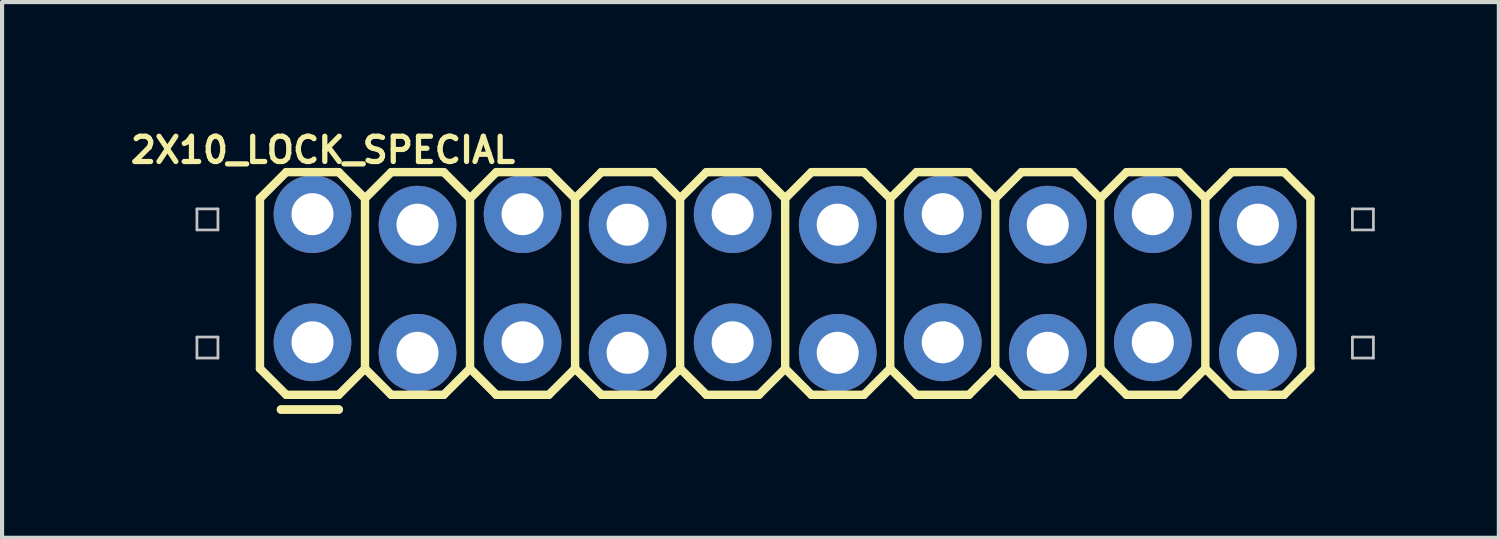
<source format=kicad_pcb>
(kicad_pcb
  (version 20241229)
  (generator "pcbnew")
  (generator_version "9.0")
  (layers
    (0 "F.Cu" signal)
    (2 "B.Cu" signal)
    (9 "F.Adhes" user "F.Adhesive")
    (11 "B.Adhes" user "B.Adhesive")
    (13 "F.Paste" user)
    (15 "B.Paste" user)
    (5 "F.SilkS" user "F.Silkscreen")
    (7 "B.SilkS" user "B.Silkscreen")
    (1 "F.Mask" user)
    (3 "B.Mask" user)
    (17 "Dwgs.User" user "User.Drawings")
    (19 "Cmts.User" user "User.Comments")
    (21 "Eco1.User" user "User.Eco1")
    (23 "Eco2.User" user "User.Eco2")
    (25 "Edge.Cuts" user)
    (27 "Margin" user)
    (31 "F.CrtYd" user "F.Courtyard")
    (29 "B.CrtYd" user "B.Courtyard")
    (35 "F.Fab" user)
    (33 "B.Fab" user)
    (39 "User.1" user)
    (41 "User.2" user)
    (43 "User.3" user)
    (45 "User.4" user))
  (footprint "2X10_LOCK_SPECIAL"
    (layer "F.Cu")
    (at 4.506 5.075)
    (property "Reference" "2X10_LOCK_SPECIAL" (at 0.254 -4.496 0) (layer "F.SilkS") (effects (font (size 0.61 0.61) (thickness 0.127))))
    (attr exclude_from_pos_files exclude_from_bom)
    (fp_line (start -1.27 -3.327) (end -0.635 -3.962) (stroke (width 0.203) (type solid)) (layer "F.SilkS"))
    (fp_line (start -1.27 0.787) (end -1.27 -3.327) (stroke (width 0.203) (type solid)) (layer "F.SilkS"))
    (fp_line (start -1.27 0.787) (end -0.635 1.422) (stroke (width 0.203) (type solid)) (layer "F.SilkS"))
    (fp_line (start -0.762 1.778) (end 0.635 1.778) (stroke (width 0.203) (type solid)) (layer "F.SilkS"))
    (fp_line (start -0.635 -3.962) (end 0.635 -3.962) (stroke (width 0.203) (type solid)) (layer "F.SilkS"))
    (fp_line (start -0.635 1.422) (end 0.635 1.422) (stroke (width 0.203) (type solid)) (layer "F.SilkS"))
    (fp_line (start 0.635 -3.962) (end 1.27 -3.327) (stroke (width 0.203) (type solid)) (layer "F.SilkS"))
    (fp_line (start 0.635 1.422) (end 1.27 0.787) (stroke (width 0.203) (type solid)) (layer "F.SilkS"))
    (fp_line (start 0.635 1.778) (end -0.762 1.778) (stroke (width 0.203) (type solid)) (layer "F.SilkS"))
    (fp_line (start 1.27 -3.327) (end 1.27 0.787) (stroke (width 0.203) (type solid)) (layer "F.SilkS"))
    (fp_line (start 1.27 -3.327) (end 1.905 -3.962) (stroke (width 0.203) (type solid)) (layer "F.SilkS"))
    (fp_line (start 1.27 0.787) (end 1.905 1.422) (stroke (width 0.203) (type solid)) (layer "F.SilkS"))
    (fp_line (start 1.905 -3.962) (end 3.175 -3.962) (stroke (width 0.203) (type solid)) (layer "F.SilkS"))
    (fp_line (start 1.905 1.422) (end 3.175 1.422) (stroke (width 0.203) (type solid)) (layer "F.SilkS"))
    (fp_line (start 3.175 -3.962) (end 3.81 -3.327) (stroke (width 0.203) (type solid)) (layer "F.SilkS"))
    (fp_line (start 3.175 1.422) (end 3.81 0.787) (stroke (width 0.203) (type solid)) (layer "F.SilkS"))
    (fp_line (start 3.81 -3.327) (end 3.81 0.787) (stroke (width 0.203) (type solid)) (layer "F.SilkS"))
    (fp_line (start 3.81 -3.327) (end 4.445 -3.962) (stroke (width 0.203) (type solid)) (layer "F.SilkS"))
    (fp_line (start 3.81 0.787) (end 4.445 1.422) (stroke (width 0.203) (type solid)) (layer "F.SilkS"))
    (fp_line (start 4.445 -3.962) (end 5.715 -3.962) (stroke (width 0.203) (type solid)) (layer "F.SilkS"))
    (fp_line (start 4.445 1.422) (end 5.715 1.422) (stroke (width 0.203) (type solid)) (layer "F.SilkS"))
    (fp_line (start 5.715 -3.962) (end 6.35 -3.327) (stroke (width 0.203) (type solid)) (layer "F.SilkS"))
    (fp_line (start 5.715 1.422) (end 6.35 0.787) (stroke (width 0.203) (type solid)) (layer "F.SilkS"))
    (fp_line (start 6.35 -3.327) (end 6.35 0.787) (stroke (width 0.203) (type solid)) (layer "F.SilkS"))
    (fp_line (start 6.35 -3.327) (end 6.985 -3.962) (stroke (width 0.203) (type solid)) (layer "F.SilkS"))
    (fp_line (start 6.35 0.787) (end 6.985 1.422) (stroke (width 0.203) (type solid)) (layer "F.SilkS"))
    (fp_line (start 6.985 -3.962) (end 8.255 -3.962) (stroke (width 0.203) (type solid)) (layer "F.SilkS"))
    (fp_line (start 6.985 1.422) (end 8.255 1.422) (stroke (width 0.203) (type solid)) (layer "F.SilkS"))
    (fp_line (start 8.255 -3.962) (end 8.89 -3.327) (stroke (width 0.203) (type solid)) (layer "F.SilkS"))
    (fp_line (start 8.255 1.422) (end 8.89 0.787) (stroke (width 0.203) (type solid)) (layer "F.SilkS"))
    (fp_line (start 8.89 -3.327) (end 8.89 0.787) (stroke (width 0.203) (type solid)) (layer "F.SilkS"))
    (fp_line (start 8.89 -3.327) (end 9.525 -3.962) (stroke (width 0.203) (type solid)) (layer "F.SilkS"))
    (fp_line (start 8.89 0.787) (end 9.525 1.422) (stroke (width 0.203) (type solid)) (layer "F.SilkS"))
    (fp_line (start 9.525 -3.962) (end 10.795 -3.962) (stroke (width 0.203) (type solid)) (layer "F.SilkS"))
    (fp_line (start 9.525 1.422) (end 10.795 1.422) (stroke (width 0.203) (type solid)) (layer "F.SilkS"))
    (fp_line (start 10.795 -3.962) (end 11.43 -3.327) (stroke (width 0.203) (type solid)) (layer "F.SilkS"))
    (fp_line (start 10.795 1.422) (end 11.43 0.787) (stroke (width 0.203) (type solid)) (layer "F.SilkS"))
    (fp_line (start 11.43 -3.327) (end 11.43 0.787) (stroke (width 0.203) (type solid)) (layer "F.SilkS"))
    (fp_line (start 11.43 -3.327) (end 12.065 -3.962) (stroke (width 0.203) (type solid)) (layer "F.SilkS"))
    (fp_line (start 11.43 0.787) (end 12.065 1.422) (stroke (width 0.203) (type solid)) (layer "F.SilkS"))
    (fp_line (start 12.065 -3.962) (end 13.335 -3.962) (stroke (width 0.203) (type solid)) (layer "F.SilkS"))
    (fp_line (start 12.065 1.422) (end 13.335 1.422) (stroke (width 0.203) (type solid)) (layer "F.SilkS"))
    (fp_line (start 13.335 -3.962) (end 13.97 -3.327) (stroke (width 0.203) (type solid)) (layer "F.SilkS"))
    (fp_line (start 13.335 1.422) (end 13.97 0.787) (stroke (width 0.203) (type solid)) (layer "F.SilkS"))
    (fp_line (start 13.97 -3.327) (end 13.97 0.787) (stroke (width 0.203) (type solid)) (layer "F.SilkS"))
    (fp_line (start 13.97 -3.327) (end 14.605 -3.962) (stroke (width 0.203) (type solid)) (layer "F.SilkS"))
    (fp_line (start 13.97 0.787) (end 14.605 1.422) (stroke (width 0.203) (type solid)) (layer "F.SilkS"))
    (fp_line (start 14.605 -3.962) (end 15.875 -3.962) (stroke (width 0.203) (type solid)) (layer "F.SilkS"))
    (fp_line (start 14.605 1.422) (end 15.875 1.422) (stroke (width 0.203) (type solid)) (layer "F.SilkS"))
    (fp_line (start 15.875 -3.962) (end 16.51 -3.327) (stroke (width 0.203) (type solid)) (layer "F.SilkS"))
    (fp_line (start 16.51 -3.327) (end 16.51 0.787) (stroke (width 0.203) (type solid)) (layer "F.SilkS"))
    (fp_line (start 16.51 -3.327) (end 17.145 -3.962) (stroke (width 0.203) (type solid)) (layer "F.SilkS"))
    (fp_line (start 16.51 0.787) (end 15.875 1.422) (stroke (width 0.203) (type solid)) (layer "F.SilkS"))
    (fp_line (start 16.51 0.787) (end 17.145 1.422) (stroke (width 0.203) (type solid)) (layer "F.SilkS"))
    (fp_line (start 17.145 -3.962) (end 18.415 -3.962) (stroke (width 0.203) (type solid)) (layer "F.SilkS"))
    (fp_line (start 17.145 1.422) (end 18.415 1.422) (stroke (width 0.203) (type solid)) (layer "F.SilkS"))
    (fp_line (start 18.415 -3.962) (end 19.05 -3.327) (stroke (width 0.203) (type solid)) (layer "F.SilkS"))
    (fp_line (start 19.05 -3.327) (end 19.05 0.787) (stroke (width 0.203) (type solid)) (layer "F.SilkS"))
    (fp_line (start 19.05 -3.327) (end 19.685 -3.962) (stroke (width 0.203) (type solid)) (layer "F.SilkS"))
    (fp_line (start 19.05 0.787) (end 18.415 1.422) (stroke (width 0.203) (type solid)) (layer "F.SilkS"))
    (fp_line (start 19.05 0.787) (end 19.685 1.422) (stroke (width 0.203) (type solid)) (layer "F.SilkS"))
    (fp_line (start 19.685 -3.962) (end 20.955 -3.962) (stroke (width 0.203) (type solid)) (layer "F.SilkS"))
    (fp_line (start 19.685 1.422) (end 20.955 1.422) (stroke (width 0.203) (type solid)) (layer "F.SilkS"))
    (fp_line (start 20.955 -3.962) (end 21.59 -3.327) (stroke (width 0.203) (type solid)) (layer "F.SilkS"))
    (fp_line (start 21.59 -3.327) (end 21.59 0.787) (stroke (width 0.203) (type solid)) (layer "F.SilkS"))
    (fp_line (start 21.59 -3.327) (end 22.225 -3.962) (stroke (width 0.203) (type solid)) (layer "F.SilkS"))
    (fp_line (start 21.59 0.787) (end 20.955 1.422) (stroke (width 0.203) (type solid)) (layer "F.SilkS"))
    (fp_line (start 21.59 0.787) (end 22.225 1.422) (stroke (width 0.203) (type solid)) (layer "F.SilkS"))
    (fp_line (start 22.225 -3.962) (end 23.495 -3.962) (stroke (width 0.203) (type solid)) (layer "F.SilkS"))
    (fp_line (start 22.225 1.422) (end 23.495 1.422) (stroke (width 0.203) (type solid)) (layer "F.SilkS"))
    (fp_line (start 23.495 -3.962) (end 24.13 -3.327) (stroke (width 0.203) (type solid)) (layer "F.SilkS"))
    (fp_line (start 24.13 -3.327) (end 24.13 0.787) (stroke (width 0.203) (type solid)) (layer "F.SilkS"))
    (fp_line (start 24.13 0.787) (end 23.495 1.422) (stroke (width 0.203) (type solid)) (layer "F.SilkS"))
    (fp_line (start -2.794 -3.073) (end -2.286 -3.073) (stroke (width 0.066) (type solid)) (layer "Dwgs.User"))
    (fp_line (start -2.794 -2.565) (end -2.794 -3.073) (stroke (width 0.066) (type solid)) (layer "Dwgs.User"))
    (fp_line (start -2.794 -2.565) (end -2.286 -2.565) (stroke (width 0.066) (type solid)) (layer "Dwgs.User"))
    (fp_line (start -2.794 0.025) (end -2.286 0.025) (stroke (width 0.066) (type solid)) (layer "Dwgs.User"))
    (fp_line (start -2.794 0.533) (end -2.794 0.025) (stroke (width 0.066) (type solid)) (layer "Dwgs.User"))
    (fp_line (start -2.794 0.533) (end -2.286 0.533) (stroke (width 0.066) (type solid)) (layer "Dwgs.User"))
    (fp_line (start -2.286 -2.565) (end -2.286 -3.073) (stroke (width 0.066) (type solid)) (layer "Dwgs.User"))
    (fp_line (start -2.286 0.533) (end -2.286 0.025) (stroke (width 0.066) (type solid)) (layer "Dwgs.User"))
    (fp_line (start -0.254 -3.073) (end 0.254 -3.073) (stroke (width 0.066) (type solid)) (layer "Dwgs.User"))
    (fp_line (start -0.254 -2.565) (end -0.254 -3.073) (stroke (width 0.066) (type solid)) (layer "Dwgs.User"))
    (fp_line (start -0.254 -2.565) (end 0.254 -2.565) (stroke (width 0.066) (type solid)) (layer "Dwgs.User"))
    (fp_line (start -0.254 0.025) (end 0.254 0.025) (stroke (width 0.066) (type solid)) (layer "Dwgs.User"))
    (fp_line (start -0.254 0.533) (end -0.254 0.025) (stroke (width 0.066) (type solid)) (layer "Dwgs.User"))
    (fp_line (start -0.254 0.533) (end 0.254 0.533) (stroke (width 0.066) (type solid)) (layer "Dwgs.User"))
    (fp_line (start 0.254 -2.565) (end 0.254 -3.073) (stroke (width 0.066) (type solid)) (layer "Dwgs.User"))
    (fp_line (start 0.254 0.533) (end 0.254 0.025) (stroke (width 0.066) (type solid)) (layer "Dwgs.User"))
    (fp_line (start 2.286 -3.073) (end 2.794 -3.073) (stroke (width 0.066) (type solid)) (layer "Dwgs.User"))
    (fp_line (start 2.286 -2.565) (end 2.286 -3.073) (stroke (width 0.066) (type solid)) (layer "Dwgs.User"))
    (fp_line (start 2.286 -2.565) (end 2.794 -2.565) (stroke (width 0.066) (type solid)) (layer "Dwgs.User"))
    (fp_line (start 2.286 0.025) (end 2.794 0.025) (stroke (width 0.066) (type solid)) (layer "Dwgs.User"))
    (fp_line (start 2.286 0.533) (end 2.286 0.025) (stroke (width 0.066) (type solid)) (layer "Dwgs.User"))
    (fp_line (start 2.286 0.533) (end 2.794 0.533) (stroke (width 0.066) (type solid)) (layer "Dwgs.User"))
    (fp_line (start 2.794 -2.565) (end 2.794 -3.073) (stroke (width 0.066) (type solid)) (layer "Dwgs.User"))
    (fp_line (start 2.794 0.533) (end 2.794 0.025) (stroke (width 0.066) (type solid)) (layer "Dwgs.User"))
    (fp_line (start 4.826 -3.073) (end 5.334 -3.073) (stroke (width 0.066) (type solid)) (layer "Dwgs.User"))
    (fp_line (start 4.826 -2.565) (end 4.826 -3.073) (stroke (width 0.066) (type solid)) (layer "Dwgs.User"))
    (fp_line (start 4.826 -2.565) (end 5.334 -2.565) (stroke (width 0.066) (type solid)) (layer "Dwgs.User"))
    (fp_line (start 4.826 0.025) (end 5.334 0.025) (stroke (width 0.066) (type solid)) (layer "Dwgs.User"))
    (fp_line (start 4.826 0.533) (end 4.826 0.025) (stroke (width 0.066) (type solid)) (layer "Dwgs.User"))
    (fp_line (start 4.826 0.533) (end 5.334 0.533) (stroke (width 0.066) (type solid)) (layer "Dwgs.User"))
    (fp_line (start 5.334 -2.565) (end 5.334 -3.073) (stroke (width 0.066) (type solid)) (layer "Dwgs.User"))
    (fp_line (start 5.334 0.533) (end 5.334 0.025) (stroke (width 0.066) (type solid)) (layer "Dwgs.User"))
    (fp_line (start 7.366 -3.073) (end 7.874 -3.073) (stroke (width 0.066) (type solid)) (layer "Dwgs.User"))
    (fp_line (start 7.366 -2.565) (end 7.366 -3.073) (stroke (width 0.066) (type solid)) (layer "Dwgs.User"))
    (fp_line (start 7.366 -2.565) (end 7.874 -2.565) (stroke (width 0.066) (type solid)) (layer "Dwgs.User"))
    (fp_line (start 7.366 0.025) (end 7.874 0.025) (stroke (width 0.066) (type solid)) (layer "Dwgs.User"))
    (fp_line (start 7.366 0.533) (end 7.366 0.025) (stroke (width 0.066) (type solid)) (layer "Dwgs.User"))
    (fp_line (start 7.366 0.533) (end 7.874 0.533) (stroke (width 0.066) (type solid)) (layer "Dwgs.User"))
    (fp_line (start 7.874 -2.565) (end 7.874 -3.073) (stroke (width 0.066) (type solid)) (layer "Dwgs.User"))
    (fp_line (start 7.874 0.533) (end 7.874 0.025) (stroke (width 0.066) (type solid)) (layer "Dwgs.User"))
    (fp_line (start 9.906 -3.073) (end 10.414 -3.073) (stroke (width 0.066) (type solid)) (layer "Dwgs.User"))
    (fp_line (start 9.906 -2.565) (end 9.906 -3.073) (stroke (width 0.066) (type solid)) (layer "Dwgs.User"))
    (fp_line (start 9.906 -2.565) (end 10.414 -2.565) (stroke (width 0.066) (type solid)) (layer "Dwgs.User"))
    (fp_line (start 9.906 0.025) (end 10.414 0.025) (stroke (width 0.066) (type solid)) (layer "Dwgs.User"))
    (fp_line (start 9.906 0.533) (end 9.906 0.025) (stroke (width 0.066) (type solid)) (layer "Dwgs.User"))
    (fp_line (start 9.906 0.533) (end 10.414 0.533) (stroke (width 0.066) (type solid)) (layer "Dwgs.User"))
    (fp_line (start 10.414 -2.565) (end 10.414 -3.073) (stroke (width 0.066) (type solid)) (layer "Dwgs.User"))
    (fp_line (start 10.414 0.533) (end 10.414 0.025) (stroke (width 0.066) (type solid)) (layer "Dwgs.User"))
    (fp_line (start 12.446 -3.073) (end 12.954 -3.073) (stroke (width 0.066) (type solid)) (layer "Dwgs.User"))
    (fp_line (start 12.446 -2.565) (end 12.446 -3.073) (stroke (width 0.066) (type solid)) (layer "Dwgs.User"))
    (fp_line (start 12.446 -2.565) (end 12.954 -2.565) (stroke (width 0.066) (type solid)) (layer "Dwgs.User"))
    (fp_line (start 12.446 0.025) (end 12.954 0.025) (stroke (width 0.066) (type solid)) (layer "Dwgs.User"))
    (fp_line (start 12.446 0.533) (end 12.446 0.025) (stroke (width 0.066) (type solid)) (layer "Dwgs.User"))
    (fp_line (start 12.446 0.533) (end 12.954 0.533) (stroke (width 0.066) (type solid)) (layer "Dwgs.User"))
    (fp_line (start 12.954 -2.565) (end 12.954 -3.073) (stroke (width 0.066) (type solid)) (layer "Dwgs.User"))
    (fp_line (start 12.954 0.533) (end 12.954 0.025) (stroke (width 0.066) (type solid)) (layer "Dwgs.User"))
    (fp_line (start 14.986 -3.073) (end 15.494 -3.073) (stroke (width 0.066) (type solid)) (layer "Dwgs.User"))
    (fp_line (start 14.986 -2.565) (end 14.986 -3.073) (stroke (width 0.066) (type solid)) (layer "Dwgs.User"))
    (fp_line (start 14.986 -2.565) (end 15.494 -2.565) (stroke (width 0.066) (type solid)) (layer "Dwgs.User"))
    (fp_line (start 14.986 0.025) (end 15.494 0.025) (stroke (width 0.066) (type solid)) (layer "Dwgs.User"))
    (fp_line (start 14.986 0.533) (end 14.986 0.025) (stroke (width 0.066) (type solid)) (layer "Dwgs.User"))
    (fp_line (start 14.986 0.533) (end 15.494 0.533) (stroke (width 0.066) (type solid)) (layer "Dwgs.User"))
    (fp_line (start 15.494 -2.565) (end 15.494 -3.073) (stroke (width 0.066) (type solid)) (layer "Dwgs.User"))
    (fp_line (start 15.494 0.533) (end 15.494 0.025) (stroke (width 0.066) (type solid)) (layer "Dwgs.User"))
    (fp_line (start 17.523 -3.073) (end 18.034 -3.073) (stroke (width 0.066) (type solid)) (layer "Dwgs.User"))
    (fp_line (start 17.523 -2.565) (end 17.523 -3.073) (stroke (width 0.066) (type solid)) (layer "Dwgs.User"))
    (fp_line (start 17.523 -2.565) (end 18.034 -2.565) (stroke (width 0.066) (type solid)) (layer "Dwgs.User"))
    (fp_line (start 17.523 0.025) (end 18.034 0.025) (stroke (width 0.066) (type solid)) (layer "Dwgs.User"))
    (fp_line (start 17.523 0.533) (end 17.523 0.025) (stroke (width 0.066) (type solid)) (layer "Dwgs.User"))
    (fp_line (start 17.523 0.533) (end 18.034 0.533) (stroke (width 0.066) (type solid)) (layer "Dwgs.User"))
    (fp_line (start 18.034 -2.565) (end 18.034 -3.073) (stroke (width 0.066) (type solid)) (layer "Dwgs.User"))
    (fp_line (start 18.034 0.533) (end 18.034 0.025) (stroke (width 0.066) (type solid)) (layer "Dwgs.User"))
    (fp_line (start 20.066 -3.073) (end 20.574 -3.073) (stroke (width 0.066) (type solid)) (layer "Dwgs.User"))
    (fp_line (start 20.066 -2.565) (end 20.066 -3.073) (stroke (width 0.066) (type solid)) (layer "Dwgs.User"))
    (fp_line (start 20.066 -2.565) (end 20.574 -2.565) (stroke (width 0.066) (type solid)) (layer "Dwgs.User"))
    (fp_line (start 20.066 0.025) (end 20.574 0.025) (stroke (width 0.066) (type solid)) (layer "Dwgs.User"))
    (fp_line (start 20.066 0.533) (end 20.066 0.025) (stroke (width 0.066) (type solid)) (layer "Dwgs.User"))
    (fp_line (start 20.066 0.533) (end 20.574 0.533) (stroke (width 0.066) (type solid)) (layer "Dwgs.User"))
    (fp_line (start 20.574 -2.565) (end 20.574 -3.073) (stroke (width 0.066) (type solid)) (layer "Dwgs.User"))
    (fp_line (start 20.574 0.533) (end 20.574 0.025) (stroke (width 0.066) (type solid)) (layer "Dwgs.User"))
    (fp_line (start 22.606 -3.073) (end 23.114 -3.073) (stroke (width 0.066) (type solid)) (layer "Dwgs.User"))
    (fp_line (start 22.606 -2.565) (end 22.606 -3.073) (stroke (width 0.066) (type solid)) (layer "Dwgs.User"))
    (fp_line (start 22.606 -2.565) (end 23.114 -2.565) (stroke (width 0.066) (type solid)) (layer "Dwgs.User"))
    (fp_line (start 22.606 0.025) (end 23.114 0.025) (stroke (width 0.066) (type solid)) (layer "Dwgs.User"))
    (fp_line (start 22.606 0.533) (end 22.606 0.025) (stroke (width 0.066) (type solid)) (layer "Dwgs.User"))
    (fp_line (start 22.606 0.533) (end 23.114 0.533) (stroke (width 0.066) (type solid)) (layer "Dwgs.User"))
    (fp_line (start 23.114 -2.565) (end 23.114 -3.073) (stroke (width 0.066) (type solid)) (layer "Dwgs.User"))
    (fp_line (start 23.114 0.533) (end 23.114 0.025) (stroke (width 0.066) (type solid)) (layer "Dwgs.User"))
    (fp_line (start 25.146 -3.073) (end 25.654 -3.073) (stroke (width 0.066) (type solid)) (layer "Dwgs.User"))
    (fp_line (start 25.146 -2.565) (end 25.146 -3.073) (stroke (width 0.066) (type solid)) (layer "Dwgs.User"))
    (fp_line (start 25.146 -2.565) (end 25.654 -2.565) (stroke (width 0.066) (type solid)) (layer "Dwgs.User"))
    (fp_line (start 25.146 0.025) (end 25.654 0.025) (stroke (width 0.066) (type solid)) (layer "Dwgs.User"))
    (fp_line (start 25.146 0.533) (end 25.146 0.025) (stroke (width 0.066) (type solid)) (layer "Dwgs.User"))
    (fp_line (start 25.146 0.533) (end 25.654 0.533) (stroke (width 0.066) (type solid)) (layer "Dwgs.User"))
    (fp_line (start 25.654 -2.565) (end 25.654 -3.073) (stroke (width 0.066) (type solid)) (layer "Dwgs.User"))
    (fp_line (start 25.654 0.533) (end 25.654 0.025) (stroke (width 0.066) (type solid)) (layer "Dwgs.User"))
    (pad "1" thru_hole circle (at 0 0.152) (size 1.88 1.88) (drill 1.016) (layers "*.Cu" "*.Paste" "*.Mask"))
    (pad "2" thru_hole circle (at 0 -2.946) (size 1.88 1.88) (drill 1.016) (layers "*.Cu" "*.Paste" "*.Mask"))
    (pad "3" thru_hole circle (at 2.54 0.406) (size 1.88 1.88) (drill 1.016) (layers "*.Cu" "*.Paste" "*.Mask"))
    (pad "4" thru_hole circle (at 2.54 -2.692) (size 1.88 1.88) (drill 1.016) (layers "*.Cu" "*.Paste" "*.Mask"))
    (pad "5" thru_hole circle (at 5.08 0.152) (size 1.88 1.88) (drill 1.016) (layers "*.Cu" "*.Paste" "*.Mask"))
    (pad "6" thru_hole circle (at 5.08 -2.946) (size 1.88 1.88) (drill 1.016) (layers "*.Cu" "*.Paste" "*.Mask"))
    (pad "7" thru_hole circle (at 7.62 0.406) (size 1.88 1.88) (drill 1.016) (layers "*.Cu" "*.Paste" "*.Mask"))
    (pad "8" thru_hole circle (at 7.62 -2.692) (size 1.88 1.88) (drill 1.016) (layers "*.Cu" "*.Paste" "*.Mask"))
    (pad "9" thru_hole circle (at 10.16 0.152) (size 1.88 1.88) (drill 1.016) (layers "*.Cu" "*.Paste" "*.Mask"))
    (pad "10" thru_hole circle (at 10.16 -2.946) (size 1.88 1.88) (drill 1.016) (layers "*.Cu" "*.Paste" "*.Mask"))
    (pad "11" thru_hole circle (at 12.7 0.406) (size 1.88 1.88) (drill 1.016) (layers "*.Cu" "*.Paste" "*.Mask"))
    (pad "12" thru_hole circle (at 12.7 -2.692) (size 1.88 1.88) (drill 1.016) (layers "*.Cu" "*.Paste" "*.Mask"))
    (pad "13" thru_hole circle (at 15.24 0.152) (size 1.88 1.88) (drill 1.016) (layers "*.Cu" "*.Paste" "*.Mask"))
    (pad "14" thru_hole circle (at 15.24 -2.946) (size 1.88 1.88) (drill 1.016) (layers "*.Cu" "*.Paste" "*.Mask"))
    (pad "15" thru_hole circle (at 17.78 0.406) (size 1.88 1.88) (drill 1.016) (layers "*.Cu" "*.Paste" "*.Mask"))
    (pad "16" thru_hole circle (at 17.78 -2.692) (size 1.88 1.88) (drill 1.016) (layers "*.Cu" "*.Paste" "*.Mask"))
    (pad "17" thru_hole circle (at 20.32 0.152) (size 1.88 1.88) (drill 1.016) (layers "*.Cu" "*.Paste" "*.Mask"))
    (pad "18" thru_hole circle (at 20.32 -2.946) (size 1.88 1.88) (drill 1.016) (layers "*.Cu" "*.Paste" "*.Mask"))
    (pad "19" thru_hole circle (at 22.86 0.406) (size 1.88 1.88) (drill 1.016) (layers "*.Cu" "*.Paste" "*.Mask"))
    (pad "20" thru_hole circle (at 22.86 -2.692) (size 1.88 1.88) (drill 1.016) (layers "*.Cu" "*.Paste" "*.Mask")))
  (gr_rect
    (start -3 -3)
    (end 33.193 9.955)
    (stroke (width 0.1) (type default))
    (fill no)
    (layer "Edge.Cuts")))
</source>
